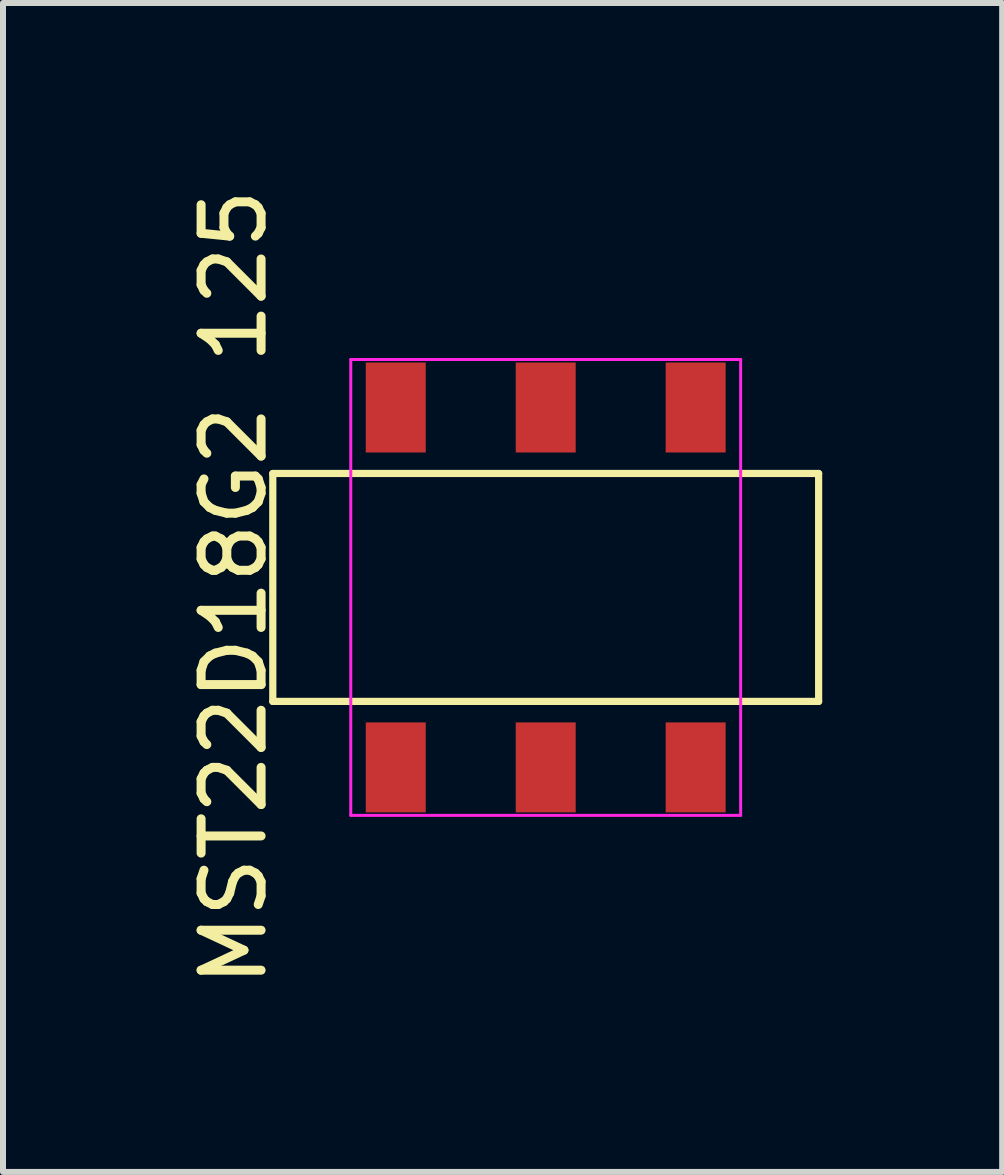
<source format=kicad_pcb>
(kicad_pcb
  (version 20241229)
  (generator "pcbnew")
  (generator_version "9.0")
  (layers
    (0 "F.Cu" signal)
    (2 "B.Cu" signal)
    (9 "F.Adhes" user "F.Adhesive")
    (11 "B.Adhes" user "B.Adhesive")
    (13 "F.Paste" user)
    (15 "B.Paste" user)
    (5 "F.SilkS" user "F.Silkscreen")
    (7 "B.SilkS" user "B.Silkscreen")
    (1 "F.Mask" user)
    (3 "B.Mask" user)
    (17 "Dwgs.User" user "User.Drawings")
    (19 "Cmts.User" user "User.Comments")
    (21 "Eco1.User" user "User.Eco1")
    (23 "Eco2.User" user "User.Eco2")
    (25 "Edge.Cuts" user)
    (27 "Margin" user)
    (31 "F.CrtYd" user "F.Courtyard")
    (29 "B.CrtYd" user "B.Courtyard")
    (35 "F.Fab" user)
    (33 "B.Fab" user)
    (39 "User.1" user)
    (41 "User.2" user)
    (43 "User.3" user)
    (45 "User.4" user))
  (footprint "MST22D18G2 125"
    (layer "F.Cu")
    (at 6.048 6.744)
    (property "Reference" "MST22D18G2 125" (at -5.2 0 90) (layer "F.SilkS") (effects (font (size 1 1) (thickness 0.15))))
    (attr smd)
    (fp_line (start -4.55 -1.9) (end 4.55 -1.9) (stroke (width 0.12) (type default)) (layer "F.SilkS"))
    (fp_line (start -4.55 1.9) (end -4.55 -1.9) (stroke (width 0.12) (type default)) (layer "F.SilkS"))
    (fp_line (start 4.55 -1.9) (end 4.55 1.9) (stroke (width 0.12) (type default)) (layer "F.SilkS"))
    (fp_line (start 4.55 1.9) (end -4.55 1.9) (stroke (width 0.12) (type default)) (layer "F.SilkS"))
    (fp_line (start -3.25 -3.8) (end 3.25 -3.8) (stroke (width 0.05) (type default)) (layer "F.CrtYd"))
    (fp_line (start -3.25 3.8) (end -3.25 -3.8) (stroke (width 0.05) (type default)) (layer "F.CrtYd"))
    (fp_line (start 3.25 -3.8) (end 3.25 3.8) (stroke (width 0.05) (type default)) (layer "F.CrtYd"))
    (fp_line (start 3.25 3.8) (end -3.25 3.8) (stroke (width 0.05) (type default)) (layer "F.CrtYd"))
    (pad "1" smd rect (at -2.5 3) (size 1 1.5) (layers "F.Cu" "F.Mask" "F.Paste"))
    (pad "2" smd rect (at 0 3) (size 1 1.5) (layers "F.Cu" "F.Mask" "F.Paste"))
    (pad "3" smd rect (at 2.5 3) (size 1 1.5) (layers "F.Cu" "F.Mask" "F.Paste"))
    (pad "4" smd rect (at 2.5 -3) (size 1 1.5) (layers "F.Cu" "F.Mask" "F.Paste"))
    (pad "5" smd rect (at 0 -3) (size 1 1.5) (layers "F.Cu" "F.Mask" "F.Paste"))
    (pad "6" smd rect (at -2.5 -3) (size 1 1.5) (layers "F.Cu" "F.Mask" "F.Paste")))
  (gr_rect
    (start -3 -3)
    (end 13.658 16.488)
    (stroke (width 0.1) (type default))
    (fill no)
    (layer "Edge.Cuts")))
</source>
